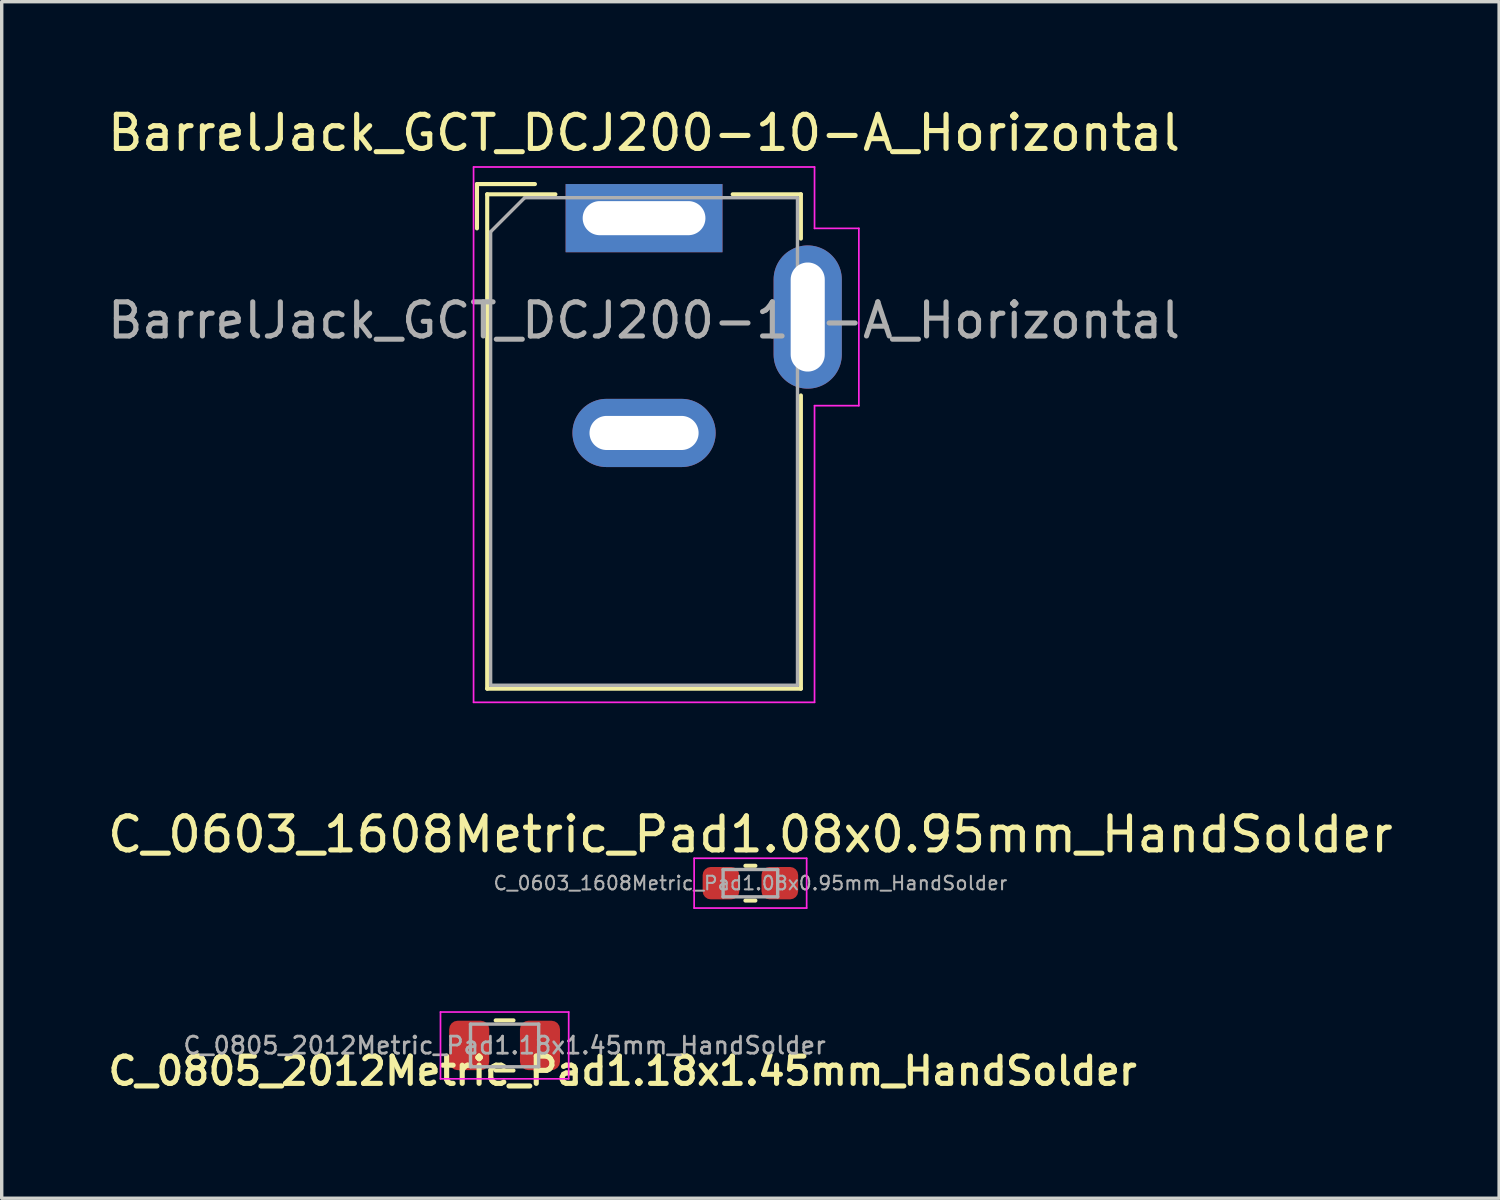
<source format=kicad_pcb>
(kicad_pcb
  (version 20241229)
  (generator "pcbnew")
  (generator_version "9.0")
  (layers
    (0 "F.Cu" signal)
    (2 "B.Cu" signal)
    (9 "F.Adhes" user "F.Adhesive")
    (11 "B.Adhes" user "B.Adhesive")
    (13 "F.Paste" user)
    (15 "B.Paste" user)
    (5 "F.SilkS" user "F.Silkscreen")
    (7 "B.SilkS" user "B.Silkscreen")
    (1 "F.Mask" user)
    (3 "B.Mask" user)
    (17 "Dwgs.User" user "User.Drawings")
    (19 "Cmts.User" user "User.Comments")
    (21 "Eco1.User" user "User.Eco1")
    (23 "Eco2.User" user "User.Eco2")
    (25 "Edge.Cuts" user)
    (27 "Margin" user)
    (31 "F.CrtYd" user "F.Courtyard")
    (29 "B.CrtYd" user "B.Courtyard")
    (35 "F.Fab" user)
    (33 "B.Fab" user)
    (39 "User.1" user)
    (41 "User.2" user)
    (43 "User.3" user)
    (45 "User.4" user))
  (footprint "BarrelJack_GCT_DCJ200-10-A_Horizontal"
    (layer "F.Cu")
    (at 15.839 3.348)
    (property "Reference" "BarrelJack_GCT_DCJ200-10-A_Horizontal" (at 0 -2.5 0) (layer "F.SilkS") (effects (font (size 1 1) (thickness 0.15))))
    (attr through_hole)
    (fp_line (start -4.9 -1) (end -4.9 0.3) (stroke (width 0.12) (type solid)) (layer "F.SilkS"))
    (fp_line (start -4.6 -0.7) (end -2.6 -0.7) (stroke (width 0.12) (type solid)) (layer "F.SilkS"))
    (fp_line (start -4.6 13.8) (end -4.6 -0.7) (stroke (width 0.12) (type solid)) (layer "F.SilkS"))
    (fp_line (start -3.2 -1) (end -4.9 -1) (stroke (width 0.12) (type solid)) (layer "F.SilkS"))
    (fp_line (start 2.6 -0.7) (end 4.6 -0.7) (stroke (width 0.12) (type solid)) (layer "F.SilkS"))
    (fp_line (start 4.6 -0.7) (end 4.6 0.6) (stroke (width 0.12) (type solid)) (layer "F.SilkS"))
    (fp_line (start 4.6 5.2) (end 4.6 13.8) (stroke (width 0.12) (type solid)) (layer "F.SilkS"))
    (fp_line (start 4.6 13.8) (end -4.6 13.8) (stroke (width 0.12) (type solid)) (layer "F.SilkS"))
    (fp_line (start -5 -1.5) (end -5 14.2) (stroke (width 0.05) (type solid)) (layer "F.CrtYd"))
    (fp_line (start -5 14.2) (end 5 14.2) (stroke (width 0.05) (type solid)) (layer "F.CrtYd"))
    (fp_line (start 5 -1.5) (end -5 -1.5) (stroke (width 0.05) (type solid)) (layer "F.CrtYd"))
    (fp_line (start 5 0.3) (end 5 -1.5) (stroke (width 0.05) (type solid)) (layer "F.CrtYd"))
    (fp_line (start 5 14.2) (end 5 5.5) (stroke (width 0.05) (type solid)) (layer "F.CrtYd"))
    (fp_line (start 6.3 0.3) (end 5 0.3) (stroke (width 0.05) (type solid)) (layer "F.CrtYd"))
    (fp_line (start 6.3 0.3) (end 6.3 5.5) (stroke (width 0.05) (type solid)) (layer "F.CrtYd"))
    (fp_line (start 6.3 5.5) (end 5 5.5) (stroke (width 0.05) (type solid)) (layer "F.CrtYd"))
    (fp_line (start -4.5 0.4) (end -3.5 -0.6) (stroke (width 0.1) (type solid)) (layer "F.Fab"))
    (fp_line (start -4.5 13.7) (end -4.5 0.4) (stroke (width 0.1) (type solid)) (layer "F.Fab"))
    (fp_line (start 4.5 -0.6) (end -3.5 -0.6) (stroke (width 0.1) (type solid)) (layer "F.Fab"))
    (fp_line (start 4.5 -0.6) (end 4.5 13.7) (stroke (width 0.1) (type solid)) (layer "F.Fab"))
    (fp_line (start 4.5 13.7) (end -4.5 13.7) (stroke (width 0.1) (type solid)) (layer "F.Fab"))
    (fp_text user "${REFERENCE}" (at 0 3 0) (layer "F.Fab") (effects (font (size 1 1) (thickness 0.15))))
    (pad "1" thru_hole rect (at 0 0) (size 4.6 2) (drill oval 3.6 1) (layers "*.Cu" "*.Mask"))
    (pad "2" thru_hole oval (at 0 6.3) (size 4.2 2) (drill oval 3.2 1) (layers "*.Cu" "*.Mask"))
    (pad "3" thru_hole oval (at 4.8 2.9) (size 2 4.2) (drill oval 1 3.2) (layers "*.Cu" "*.Mask")))
  (footprint "C_0603_1608Metric_Pad1.08x0.95mm_HandSolder"
    (layer "F.Cu")
    (at 18.958 22.852)
    (property "Reference" "C_0603_1608Metric_Pad1.08x0.95mm_HandSolder" (at 0 -1.43 0) (layer "F.SilkS") (effects (font (size 1 1) (thickness 0.15))))
    (attr smd)
    (fp_line (start -0.146 -0.51) (end 0.146 -0.51) (stroke (width 0.12) (type solid)) (layer "F.SilkS"))
    (fp_line (start -0.146 0.51) (end 0.146 0.51) (stroke (width 0.12) (type solid)) (layer "F.SilkS"))
    (fp_line (start -1.65 -0.73) (end 1.65 -0.73) (stroke (width 0.05) (type solid)) (layer "F.CrtYd"))
    (fp_line (start -1.65 0.73) (end -1.65 -0.73) (stroke (width 0.05) (type solid)) (layer "F.CrtYd"))
    (fp_line (start 1.65 -0.73) (end 1.65 0.73) (stroke (width 0.05) (type solid)) (layer "F.CrtYd"))
    (fp_line (start 1.65 0.73) (end -1.65 0.73) (stroke (width 0.05) (type solid)) (layer "F.CrtYd"))
    (fp_line (start -0.8 -0.4) (end 0.8 -0.4) (stroke (width 0.1) (type solid)) (layer "F.Fab"))
    (fp_line (start -0.8 0.4) (end -0.8 -0.4) (stroke (width 0.1) (type solid)) (layer "F.Fab"))
    (fp_line (start 0.8 -0.4) (end 0.8 0.4) (stroke (width 0.1) (type solid)) (layer "F.Fab"))
    (fp_line (start 0.8 0.4) (end -0.8 0.4) (stroke (width 0.1) (type solid)) (layer "F.Fab"))
    (fp_text user "${REFERENCE}" (at 0 0 0) (layer "F.Fab") (effects (font (size 0.4 0.4) (thickness 0.06))))
    (pad "1" smd roundrect (at -0.863 0) (size 1.075 0.95) (layers "F.Cu" "F.Mask" "F.Paste") (roundrect_rratio 0.25))
    (pad "2" smd roundrect (at 0.863 0) (size 1.075 0.95) (layers "F.Cu" "F.Mask" "F.Paste") (roundrect_rratio 0.25)))
  (footprint "C_0805_2012Metric_Pad1.18x1.45mm_HandSolder"
    (layer "F.Cu")
    (at 11.749 27.611)
    (property "Reference" "C_0805_2012Metric_Pad1.18x1.45mm_HandSolder" (at 3.462 0.75 0) (layer "F.SilkS") (effects (font (size 0.8 0.8) (thickness 0.15))))
    (attr smd)
    (fp_line (start -0.261 -0.735) (end 0.261 -0.735) (stroke (width 0.12) (type solid)) (layer "F.SilkS"))
    (fp_line (start -0.261 0.735) (end 0.261 0.735) (stroke (width 0.12) (type solid)) (layer "F.SilkS"))
    (fp_line (start -1.88 -0.98) (end 1.88 -0.98) (stroke (width 0.05) (type solid)) (layer "F.CrtYd"))
    (fp_line (start -1.88 0.98) (end -1.88 -0.98) (stroke (width 0.05) (type solid)) (layer "F.CrtYd"))
    (fp_line (start 1.88 -0.98) (end 1.88 0.98) (stroke (width 0.05) (type solid)) (layer "F.CrtYd"))
    (fp_line (start 1.88 0.98) (end -1.88 0.98) (stroke (width 0.05) (type solid)) (layer "F.CrtYd"))
    (fp_line (start -1 -0.625) (end 1 -0.625) (stroke (width 0.1) (type solid)) (layer "F.Fab"))
    (fp_line (start -1 0.625) (end -1 -0.625) (stroke (width 0.1) (type solid)) (layer "F.Fab"))
    (fp_line (start 1 -0.625) (end 1 0.625) (stroke (width 0.1) (type solid)) (layer "F.Fab"))
    (fp_line (start 1 0.625) (end -1 0.625) (stroke (width 0.1) (type solid)) (layer "F.Fab"))
    (fp_text user "${REFERENCE}" (at 0 0 0) (layer "F.Fab") (effects (font (size 0.5 0.5) (thickness 0.08))))
    (pad "1" smd roundrect (at -1.038 0) (size 1.175 1.45) (layers "F.Cu" "F.Mask" "F.Paste") (roundrect_rratio 0.213))
    (pad "2" smd roundrect (at 1.038 0) (size 1.175 1.45) (layers "F.Cu" "F.Mask" "F.Paste") (roundrect_rratio 0.213)))
  (gr_rect
    (start -3 -3)
    (end 40.917 32.093)
    (stroke (width 0.1) (type default))
    (fill no)
    (layer "Edge.Cuts")))
</source>
